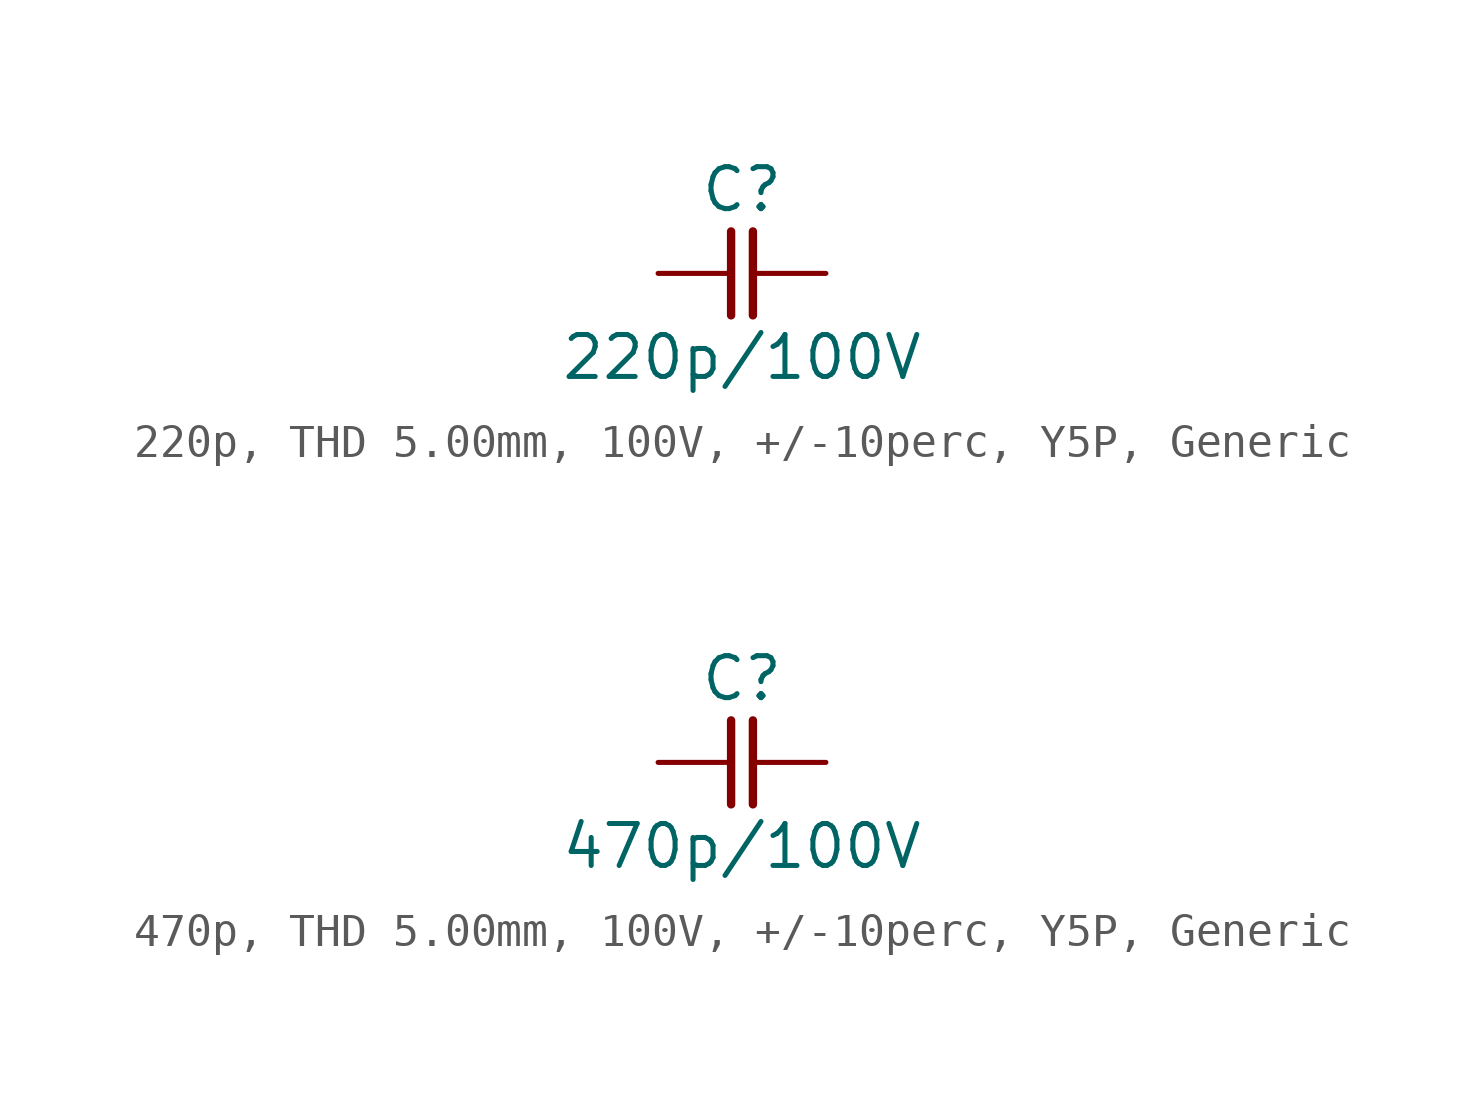
<source format=kicad_sym>
(kicad_symbol_lib
  (version 20241209)
  (generator "kicad_symbol_editor")
  (generator_version "9.0")
  (symbol "220p, THD 5.00mm, 100V, +/-10perc, Y5P, Generic"
    (pin_numbers
      (hide yes))
    (pin_names
      (offset 0)
      (hide yes))
    (property "Reference" "C"
      (at 0 2.54 0)
      (effects (font (size 1.27 1.27))))
    (property "Value" "220p/100V"
      (at 0 -2.54 0)
      (effects (font (size 1.27 1.27))))
    (symbol "220p, THD 5.00mm, 100V, +/-10perc, Y5P, Generic_0_1"
      (polyline (pts (xy -0.33 1.27) (xy -0.33 -1.27)) (stroke (width 0.254) (type default)) (fill (type none)))
      (polyline (pts (xy 0.33 1.27) (xy 0.33 -1.27)) (stroke (width 0.254) (type default)) (fill (type none))))
    (symbol "220p, THD 5.00mm, 100V, +/-10perc, Y5P, Generic_1_1"
      (pin passive line (at -2.54 0 0) (length 2.21) (name "1" (effects (font (size 1.27 1.27)))) (number "1" (effects (font (size 1.27 1.27)))))
      (pin passive line (at 2.54 0 180) (length 2.21) (name "2" (effects (font (size 1.27 1.27)))) (number "2" (effects (font (size 1.27 1.27)))))))
  (symbol "470p, THD 5.00mm, 100V, +/-10perc, Y5P, Generic"
    (pin_numbers
      (hide yes))
    (pin_names
      (offset 0)
      (hide yes))
    (property "Reference" "C"
      (at 0 2.54 0)
      (effects (font (size 1.27 1.27))))
    (property "Value" "470p/100V"
      (at 0 -2.54 0)
      (effects (font (size 1.27 1.27))))
    (symbol "470p, THD 5.00mm, 100V, +/-10perc, Y5P, Generic_0_1"
      (polyline (pts (xy -0.33 1.27) (xy -0.33 -1.27)) (stroke (width 0.254) (type default)) (fill (type none)))
      (polyline (pts (xy 0.33 1.27) (xy 0.33 -1.27)) (stroke (width 0.254) (type default)) (fill (type none))))
    (symbol "470p, THD 5.00mm, 100V, +/-10perc, Y5P, Generic_1_1"
      (pin passive line (at -2.54 0 0) (length 2.21) (name "1" (effects (font (size 1.27 1.27)))) (number "1" (effects (font (size 1.27 1.27)))))
      (pin passive line (at 2.54 0 180) (length 2.21) (name "2" (effects (font (size 1.27 1.27)))) (number "2" (effects (font (size 1.27 1.27))))))))
</source>
